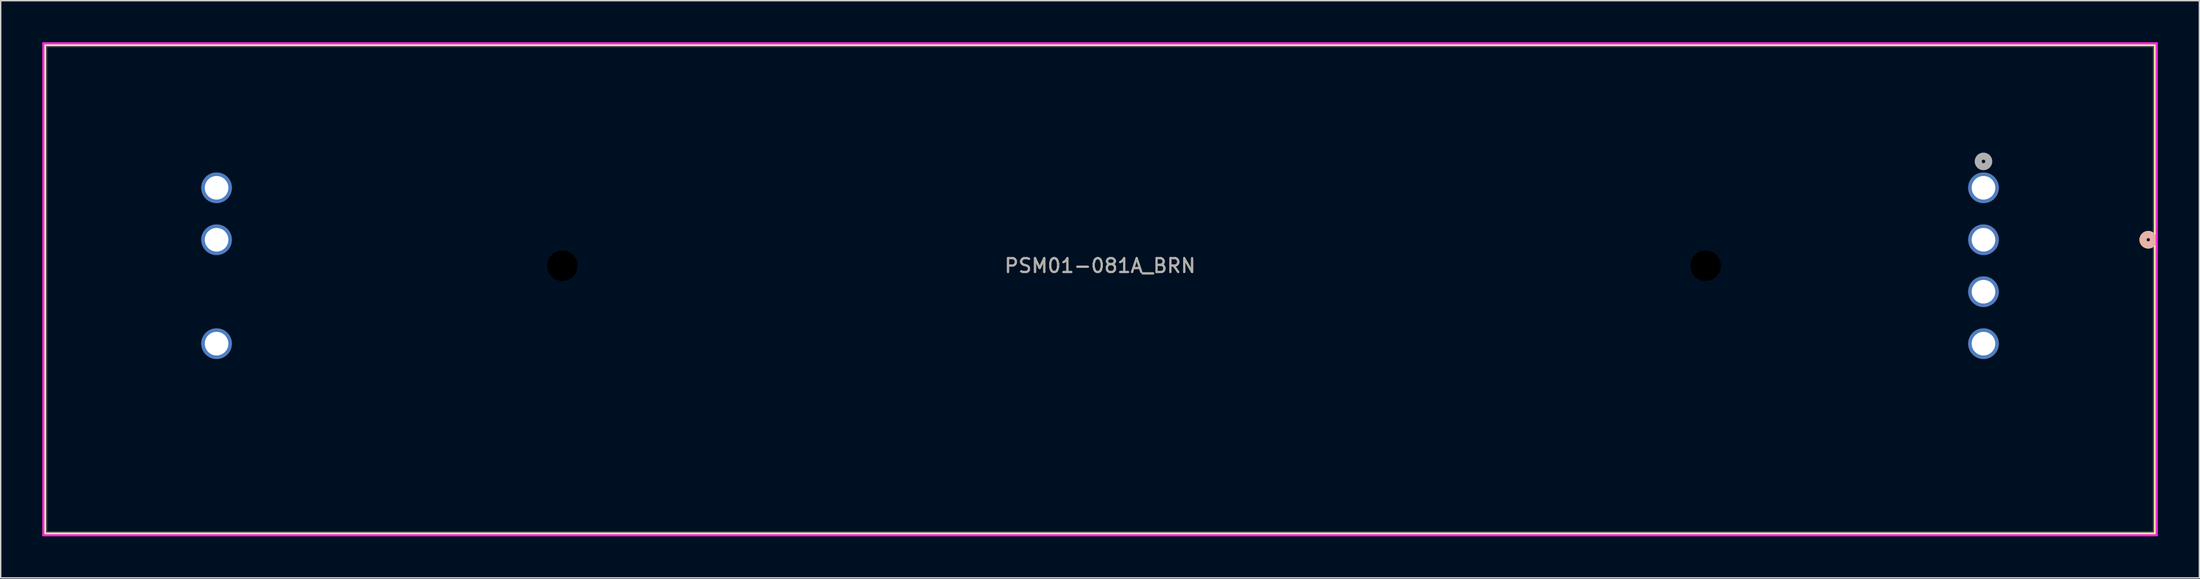
<source format=kicad_pcb>
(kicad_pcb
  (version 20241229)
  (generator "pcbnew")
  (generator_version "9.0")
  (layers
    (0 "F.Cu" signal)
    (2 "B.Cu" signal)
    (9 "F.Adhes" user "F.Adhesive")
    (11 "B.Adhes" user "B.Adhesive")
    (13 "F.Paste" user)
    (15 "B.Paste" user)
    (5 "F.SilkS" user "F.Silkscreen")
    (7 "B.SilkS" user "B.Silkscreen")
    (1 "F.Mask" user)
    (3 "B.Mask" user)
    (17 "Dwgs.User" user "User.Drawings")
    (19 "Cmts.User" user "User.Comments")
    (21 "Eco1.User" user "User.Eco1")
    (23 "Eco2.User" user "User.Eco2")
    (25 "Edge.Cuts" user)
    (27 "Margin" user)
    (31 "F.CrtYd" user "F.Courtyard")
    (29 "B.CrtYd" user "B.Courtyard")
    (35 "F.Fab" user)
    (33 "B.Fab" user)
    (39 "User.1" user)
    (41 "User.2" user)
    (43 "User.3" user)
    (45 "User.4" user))
  (footprint "PSM01-081A_BRN"
    (layer "F.Cu")
    (at 140.077 14.255)
    (property "Reference" "PSM01-081A_BRN" (at -63.75 1.875 0) (unlocked yes) (layer "F.SilkS") (effects (font (size 1 1) (thickness 0.15))))
    (attr through_hole)
    (fp_line (start -139.874 -14.052) (end -139.874 21.203) (stroke (width 0.152) (type solid)) (layer "F.SilkS"))
    (fp_line (start -139.874 21.203) (end 12.374 21.203) (stroke (width 0.152) (type solid)) (layer "F.SilkS"))
    (fp_line (start 12.374 -14.052) (end -139.874 -14.052) (stroke (width 0.152) (type solid)) (layer "F.SilkS"))
    (fp_line (start 12.374 21.203) (end 12.374 -14.052) (stroke (width 0.152) (type solid)) (layer "F.SilkS"))
    (fp_circle (center 11.891 0) (end 12.272 0) (stroke (width 0.508) (type solid)) (fill no) (layer "F.SilkS"))
    (fp_circle (center 11.891 0) (end 12.272 0) (stroke (width 0.508) (type solid)) (fill no) (layer "B.SilkS"))
    (fp_line (start -140.001 -14.179) (end -140.001 21.33) (stroke (width 0.152) (type solid)) (layer "F.CrtYd"))
    (fp_line (start -140.001 21.33) (end 12.501 21.33) (stroke (width 0.152) (type solid)) (layer "F.CrtYd"))
    (fp_line (start 12.501 -14.179) (end -140.001 -14.179) (stroke (width 0.152) (type solid)) (layer "F.CrtYd"))
    (fp_line (start 12.501 21.33) (end 12.501 -14.179) (stroke (width 0.152) (type solid)) (layer "F.CrtYd"))
    (fp_line (start -139.747 -13.925) (end -139.747 21.076) (stroke (width 0.025) (type solid)) (layer "F.Fab"))
    (fp_line (start -139.747 21.076) (end 12.247 21.076) (stroke (width 0.025) (type solid)) (layer "F.Fab"))
    (fp_line (start 12.247 -13.925) (end -139.747 -13.925) (stroke (width 0.025) (type solid)) (layer "F.Fab"))
    (fp_line (start 12.247 21.076) (end 12.247 -13.925) (stroke (width 0.025) (type solid)) (layer "F.Fab"))
    (fp_circle (center 0 -5.655) (end 0.381 -5.655) (stroke (width 0.508) (type solid)) (fill no) (layer "F.Fab"))
    (fp_text user "${REFERENCE}" (at -63.75 1.875 0) (unlocked yes) (layer "F.Fab") (effects (font (size 1 1) (thickness 0.15))))
    (pad "" np_thru_hole circle (at -102.55 1.875) (size 2.21 2.21) (drill 2.21) (layers))
    (pad "" np_thru_hole circle (at -20.05 1.875) (size 2.21 2.21) (drill 2.21) (layers))
    (pad "1" thru_hole circle (at 0 0) (size 2.21 2.21) (drill 1.702) (layers "*.Cu" "*.Mask"))
    (pad "2" thru_hole circle (at 0 -3.75) (size 2.21 2.21) (drill 1.702) (layers "*.Cu" "*.Mask"))
    (pad "3" thru_hole circle (at -127.5 -3.75) (size 2.21 2.21) (drill 1.702) (layers "*.Cu" "*.Mask"))
    (pad "4" thru_hole circle (at 0 3.75) (size 2.21 2.21) (drill 1.702) (layers "*.Cu" "*.Mask"))
    (pad "5" thru_hole circle (at 0 7.5) (size 2.21 2.21) (drill 1.702) (layers "*.Cu" "*.Mask"))
    (pad "6" thru_hole circle (at -127.5 7.5) (size 2.21 2.21) (drill 1.702) (layers "*.Cu" "*.Mask"))
    (pad "7" thru_hole circle (at -127.5 0) (size 2.21 2.21) (drill 1.702) (layers "*.Cu" "*.Mask")))
  (gr_rect
    (start -3 -3)
    (end 155.654 38.662)
    (stroke (width 0.1) (type default))
    (fill no)
    (layer "Edge.Cuts")))
</source>
